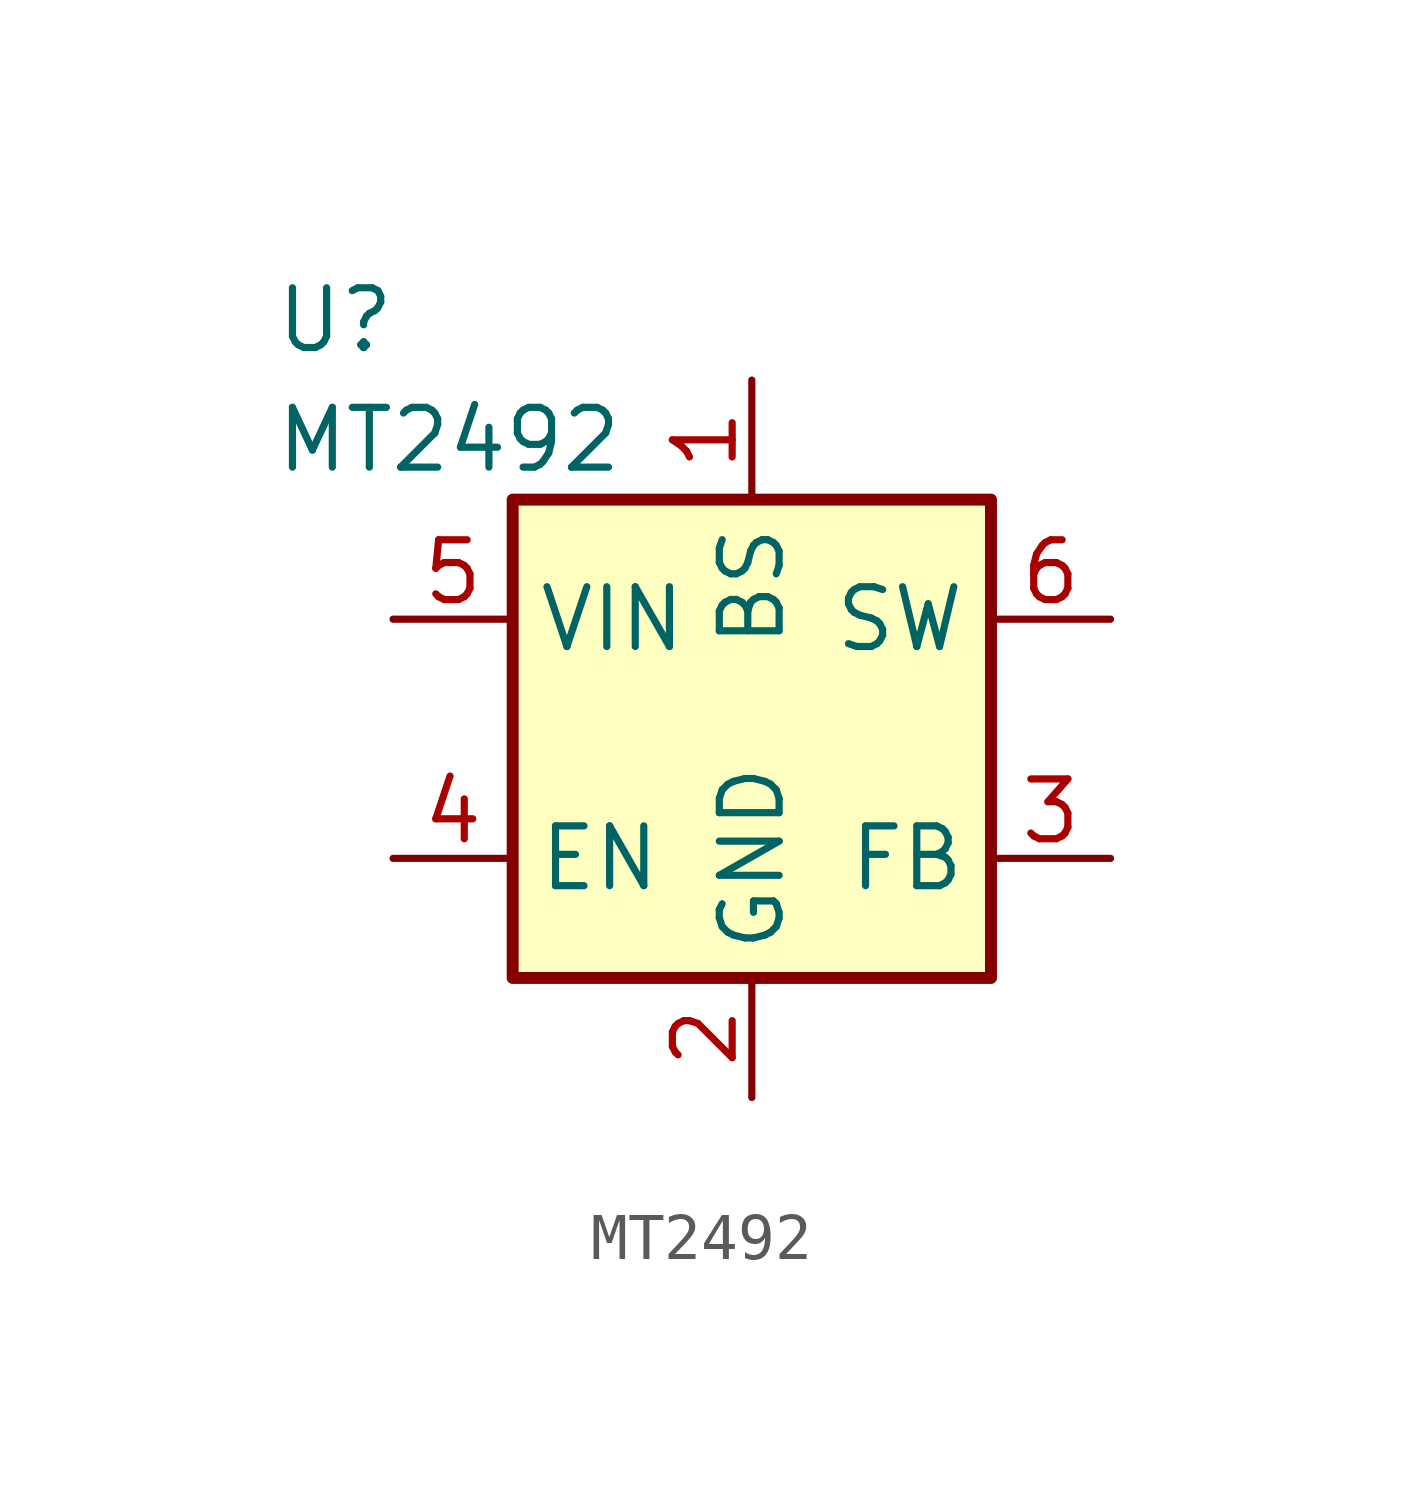
<source format=kicad_sym>
(kicad_symbol_lib
  (version 20220914)
  (generator kicad_symbol_editor)
  (symbol "MT2492"
    (property "Reference" "U"
      (at -10.16 8.89 0)
      (effects (font (size 1.27 1.27)) (justify left)))
    (property "Value" "MT2492"
      (at -10.16 6.35 0)
      (effects (font (size 1.27 1.27)) (justify left)))
    (symbol "MT2492_0_1"
      (rectangle (start -5.08 5.08) (end 5.08 -5.08) (stroke (width 0.254) (type default)) (fill (type background))))
    (symbol "MT2492_1_1"
      (pin passive line (at 0 7.62 270) (length 2.54) (name "BS" (effects (font (size 1.27 1.27)))) (number "1" (effects (font (size 1.27 1.27)))))
      (pin power_in line (at 0 -7.62 90) (length 2.54) (name "GND" (effects (font (size 1.27 1.27)))) (number "2" (effects (font (size 1.27 1.27)))))
      (pin input line (at 7.62 -2.54 180) (length 2.54) (name "FB" (effects (font (size 1.27 1.27)))) (number "3" (effects (font (size 1.27 1.27)))))
      (pin input line (at -7.62 -2.54 0) (length 2.54) (name "EN" (effects (font (size 1.27 1.27)))) (number "4" (effects (font (size 1.27 1.27)))))
      (pin power_in line (at -7.62 2.54 0) (length 2.54) (name "VIN" (effects (font (size 1.27 1.27)))) (number "5" (effects (font (size 1.27 1.27)))))
      (pin output line (at 7.62 2.54 180) (length 2.54) (name "SW" (effects (font (size 1.27 1.27)))) (number "6" (effects (font (size 1.27 1.27))))))))
</source>
